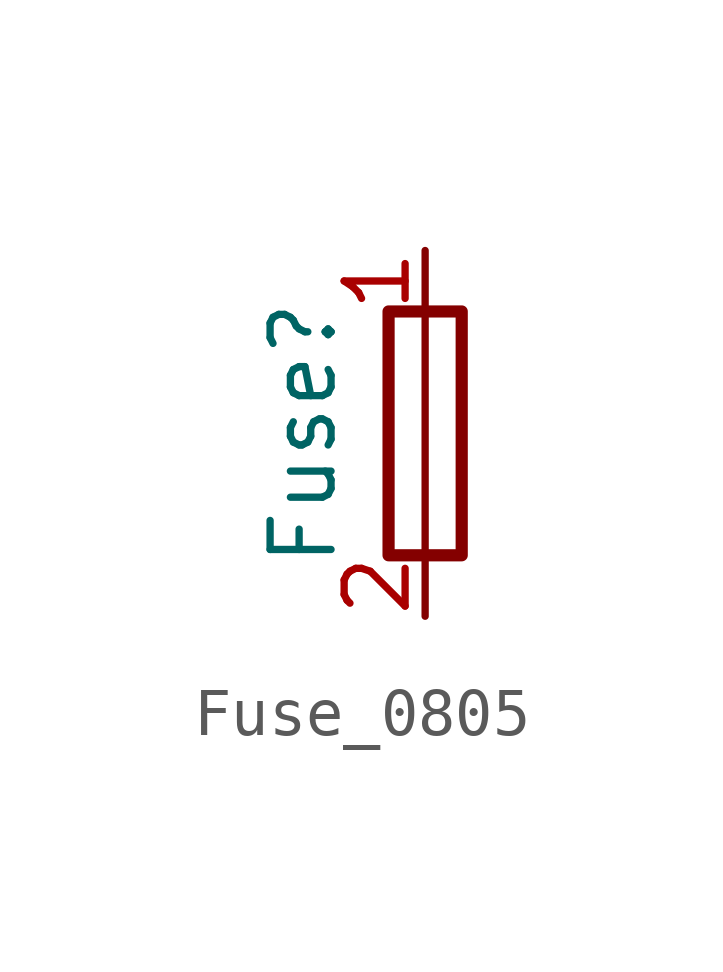
<source format=kicad_sym>
(kicad_symbol_lib
  (version 20220914)
  (generator kicad_symbol_editor)
  (symbol "Fuse_0805"
    (property "Reference" "Fuse"
      (at -2.54 0 90)
      (effects (font (size 1.27 1.27))))
    (property "Value" ""
      (at 0 0 0)
      (effects (font (size 1.27 1.27))))
    (symbol "Fuse_0805_0_1"
      (rectangle (start -0.762 -2.54) (end 0.762 2.54) (stroke (width 0.254) (type default)) (fill (type none)))
      (polyline (pts (xy 0 2.54) (xy 0 -2.54)) (stroke (width 0) (type default)) (fill (type none))))
    (symbol "Fuse_0805_1_1"
      (pin passive line (at 0 3.81 270) (length 1.27) (name "~" (effects (font (size 1.27 1.27)))) (number "1" (effects (font (size 1.27 1.27)))))
      (pin passive line (at 0 -3.81 90) (length 1.27) (name "~" (effects (font (size 1.27 1.27)))) (number "2" (effects (font (size 1.27 1.27))))))))
</source>
